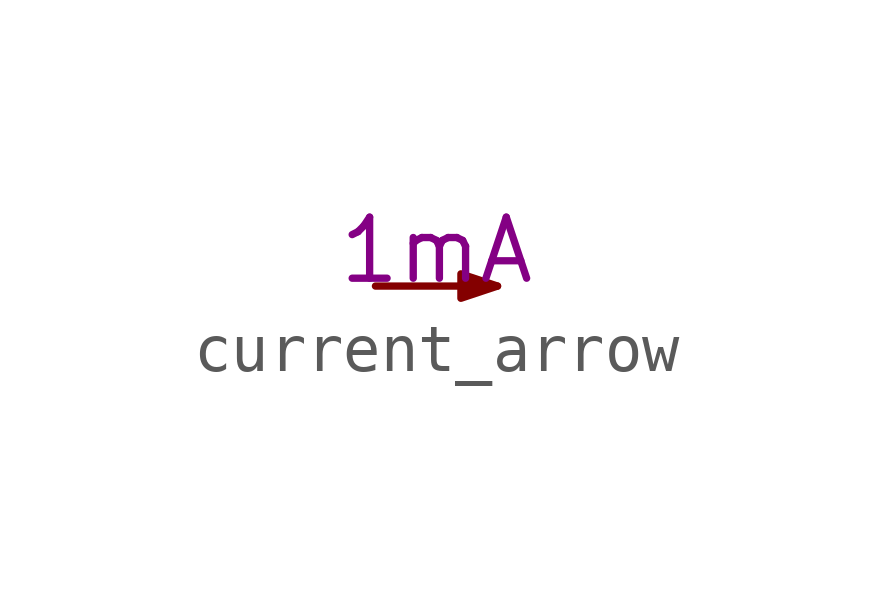
<source format=kicad_sym>
(kicad_symbol_lib
  (version 20211014)
  (generator kicad_symbol_editor)
  (symbol "current_arrow"
    (property "Reference" "#SYM"
      (at 0 2.794 0)
      (effects (font (size 1.27 1.27)) hide))
    (property "Current" "1mA"
      (at 0 0 0)
      (effects (font (size 1.27 1.27)) (justify bottom)))
    (symbol "current_arrow_0_1"
      (polyline (pts (xy 1.27 0) (xy -1.27 0)) (stroke (width 0) (type default) (color 0 0 0 0)) (fill (type none)))
      (polyline (pts (xy 1.27 0) (xy 0.508 -0.254) (xy 0.508 0.254) (xy 1.27 0)) (stroke (width 0) (type default) (color 0 0 0 0)) (fill (type outline))))))
</source>
